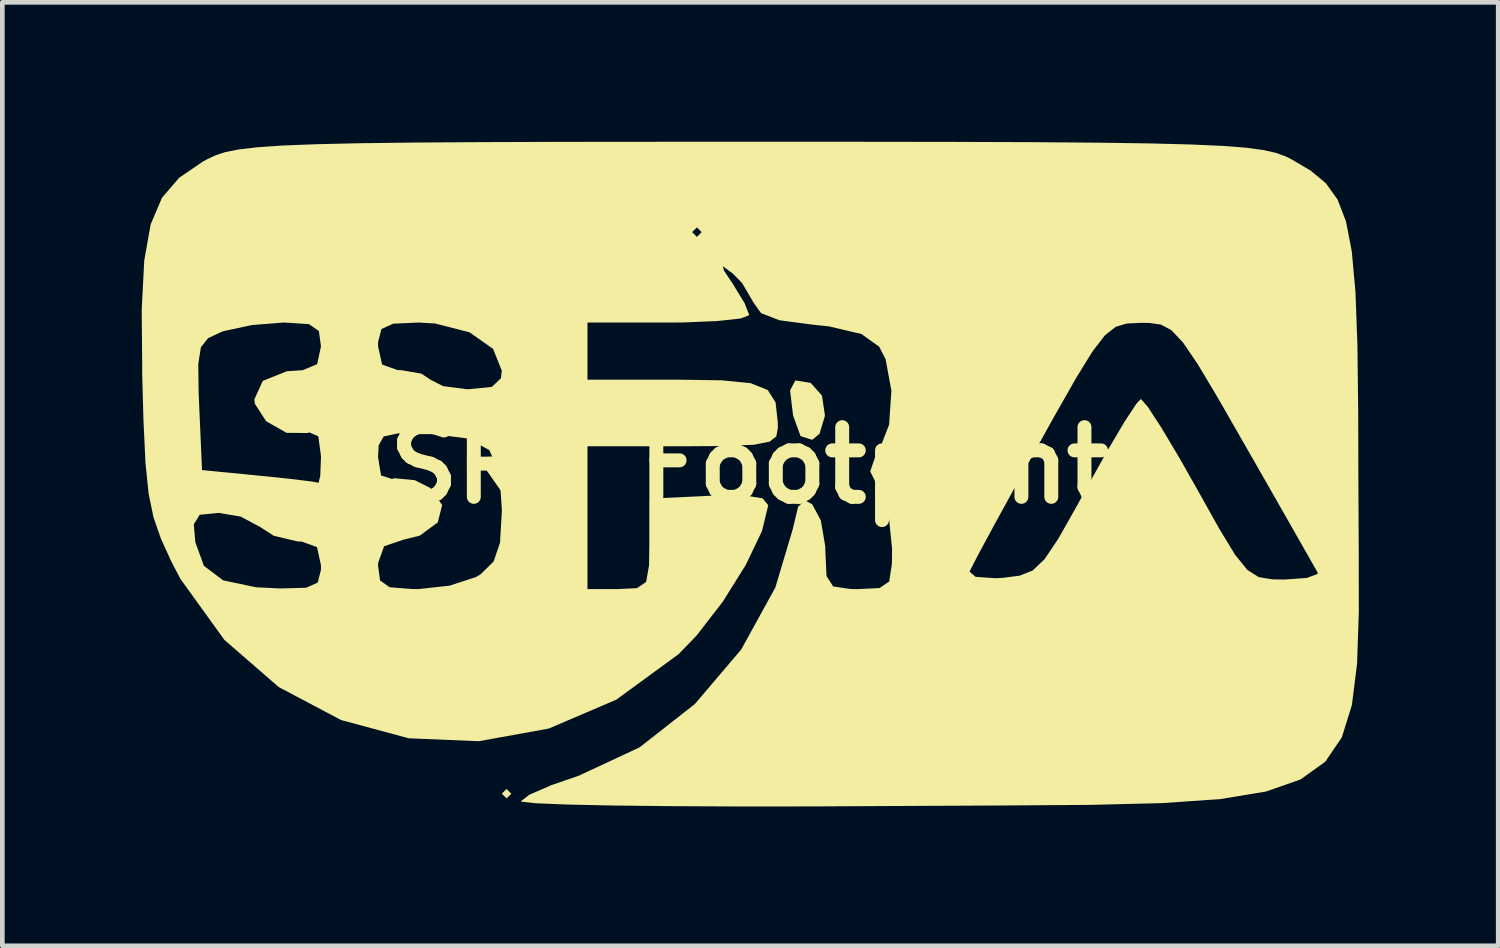
<source format=kicad_pcb>
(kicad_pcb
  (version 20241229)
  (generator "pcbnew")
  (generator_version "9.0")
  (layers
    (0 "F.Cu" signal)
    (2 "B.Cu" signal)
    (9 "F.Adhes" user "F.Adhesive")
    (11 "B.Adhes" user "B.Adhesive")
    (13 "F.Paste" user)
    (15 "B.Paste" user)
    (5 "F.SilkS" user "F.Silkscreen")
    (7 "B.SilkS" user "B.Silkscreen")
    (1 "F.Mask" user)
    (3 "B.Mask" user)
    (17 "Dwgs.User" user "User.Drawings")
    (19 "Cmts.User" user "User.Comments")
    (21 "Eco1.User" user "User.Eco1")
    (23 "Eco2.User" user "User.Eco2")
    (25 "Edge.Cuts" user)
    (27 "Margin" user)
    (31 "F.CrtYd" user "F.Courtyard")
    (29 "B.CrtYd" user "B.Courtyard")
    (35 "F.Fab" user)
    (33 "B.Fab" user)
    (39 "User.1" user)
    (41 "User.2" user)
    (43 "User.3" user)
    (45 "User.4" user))
  (footprint "SRA Footprint"
    (layer "F.Cu")
    (at 13.076 6.965)
    (property "Reference" "SRA Footprint" (at 0 0 0) (layer "F.SilkS") (effects (font (size 1.5 1.5) (thickness 0.3))))
    (attr board_only exclude_from_pos_files exclude_from_bom)
    (fp_poly (pts (xy -5.121 7.067) (xy -5.223 7.169) (xy -5.326 7.067) (xy -5.223 6.965)) (stroke (width 0) (type solid)) (fill yes) (layer "F.SilkS"))
    (fp_poly (pts (xy 1.317 -1.775) (xy 1.323 -1.773) (xy 1.565 -1.5) (xy 1.629 -1.067) (xy 1.511 -0.677) (xy 1.354 -0.549) (xy 1.104 -0.629) (xy 0.943 -1.072) (xy 0.878 -1.612) (xy 0.992 -1.827)) (stroke (width 0) (type solid)) (fill yes) (layer "F.SilkS"))
    (fp_poly (pts (xy 2.41 -6.964) (xy 4.445 -6.961) (xy 6.138 -6.955) (xy 7.525 -6.944) (xy 8.64 -6.928) (xy 9.516 -6.905) (xy 10.19 -6.875) (xy 10.693 -6.836) (xy 11.062 -6.786) (xy 11.331 -6.726) (xy 11.533 -6.654) (xy 11.663 -6.59) (xy 12.081 -6.344) (xy 12.41 -6.071) (xy 12.66 -5.723) (xy 12.843 -5.249) (xy 12.968 -4.6) (xy 13.047 -3.727) (xy 13.089 -2.579) (xy 13.106 -1.107) (xy 13.109 0.202) (xy 13.117 1.815) (xy 13.119 3.164) (xy 13.081 4.27) (xy 12.97 5.159) (xy 12.753 5.855) (xy 12.395 6.381) (xy 11.863 6.761) (xy 11.124 7.02) (xy 10.144 7.182) (xy 8.889 7.27) (xy 7.325 7.308) (xy 5.42 7.321) (xy 3.14 7.332) (xy 3.133 7.332) (xy 1.363 7.341) (xy -0.273 7.342) (xy -1.73 7.335) (xy -2.965 7.321) (xy -3.934 7.3) (xy -4.593 7.273) (xy -4.898 7.24) (xy -4.914 7.229) (xy -4.734 7.09) (xy -4.264 6.885) (xy -3.67 6.68) (xy -2.361 6.07) (xy -1.171 5.137) (xy -0.173 3.963) (xy 0.561 2.63) (xy 0.935 1.377) (xy 1.051 0.893) (xy 1.193 0.752) (xy 1.355 0.839) (xy 1.54 1.185) (xy 1.635 1.741) (xy 1.639 1.869) (xy 1.662 2.383) (xy 1.806 2.607) (xy 2.177 2.662) (xy 2.356 2.663) (xy 2.804 2.641) (xy 3.011 2.5) (xy 3.044 2.288) (xy 4.741 2.288) (xy 4.871 2.4) (xy 5.298 2.43) (xy 5.458 2.421) (xy 5.819 2.375) (xy 6.097 2.265) (xy 6.353 2.023) (xy 6.65 1.582) (xy 7.049 0.876) (xy 7.272 0.467) (xy 7.706 -0.312) (xy 8.075 -0.936) (xy 8.334 -1.329) (xy 8.428 -1.428) (xy 8.575 -1.262) (xy 8.87 -0.809) (xy 9.268 -0.142) (xy 9.638 0.512) (xy 10.116 1.366) (xy 10.456 1.925) (xy 10.719 2.25) (xy 10.965 2.406) (xy 11.256 2.454) (xy 11.515 2.458) (xy 11.998 2.424) (xy 12.229 2.339) (xy 12.231 2.304) (xy 12.104 2.081) (xy 11.812 1.568) (xy 11.394 0.834) (xy 10.887 -0.054) (xy 10.654 -0.461) (xy 10.073 -1.473) (xy 9.649 -2.182) (xy 9.335 -2.643) (xy 9.087 -2.907) (xy 8.859 -3.03) (xy 8.603 -3.065) (xy 8.421 -3.066) (xy 8.126 -3.052) (xy 7.886 -2.981) (xy 7.655 -2.799) (xy 7.386 -2.45) (xy 7.034 -1.879) (xy 6.553 -1.033) (xy 6.248 -0.484) (xy 5.73 0.449) (xy 5.285 1.26) (xy 4.951 1.879) (xy 4.765 2.236) (xy 4.741 2.288) (xy 3.044 2.288) (xy 3.07 2.124) (xy 3.073 1.787) (xy 3.006 1.134) (xy 2.842 0.599) (xy 2.786 0.501) (xy 2.603 0.131) (xy 2.716 -0.201) (xy 2.786 -0.301) (xy 3.009 -0.873) (xy 3.059 -1.604) (xy 2.934 -2.284) (xy 2.796 -2.553) (xy 2.413 -2.827) (xy 1.713 -2.991) (xy 1.368 -3.027) (xy 0.65 -3.122) (xy 0.253 -3.276) (xy 0.1 -3.489) (xy -0.155 -3.924) (xy -0.357 -4.129) (xy -0.569 -4.285) (xy -0.544 -4.19) (xy -0.349 -3.898) (xy -0.099 -3.487) (xy 0 -3.232) (xy -0.189 -3.16) (xy -0.694 -3.105) (xy -1.42 -3.075) (xy -1.741 -3.073) (xy -3.482 -3.073) (xy -3.482 -2.458) (xy -3.482 -1.844) (xy -1.558 -1.844) (xy -0.593 -1.83) (xy 0.035 -1.767) (xy 0.398 -1.62) (xy 0.566 -1.354) (xy 0.613 -0.935) (xy 0.615 -0.803) (xy 0.582 -0.623) (xy 0.437 -0.509) (xy 0.105 -0.444) (xy -0.489 -0.416) (xy -1.417 -0.41) (xy -1.434 -0.41) (xy -3.482 -0.41) (xy -3.482 1.127) (xy -3.482 2.663) (xy -2.817 2.663) (xy -2.415 2.643) (xy -2.22 2.509) (xy -2.157 2.153) (xy -2.151 1.69) (xy -2.151 0.717) (xy -0.871 0.656) (xy -0.12 0.645) (xy 0.286 0.71) (xy 0.408 0.859) (xy 0.408 0.861) (xy 0.274 1.414) (xy -0.075 2.143) (xy -0.568 2.932) (xy -1.134 3.663) (xy -1.52 4.063) (xy -2.861 5.043) (xy -4.314 5.665) (xy -5.823 5.938) (xy -7.332 5.874) (xy -8.785 5.482) (xy -10.126 4.773) (xy -11.297 3.757) (xy -12.243 2.444) (xy -12.435 2.078) (xy -12.662 1.58) (xy -12.77 1.27) (xy -11.955 1.27) (xy -11.922 1.655) (xy -11.737 2.164) (xy -11.322 2.476) (xy -10.612 2.625) (xy -10.088 2.65) (xy -9.54 2.635) (xy -9.288 2.524) (xy -9.219 2.252) (xy -9.218 2.151) (xy -9.303 1.76) (xy -9.635 1.64) (xy -9.715 1.639) (xy -10.235 1.516) (xy -10.52 1.331) (xy -10.946 1.103) (xy -11.421 1.024) (xy -11.828 1.064) (xy -11.955 1.27) (xy -12.77 1.27) (xy -12.822 1.12) (xy -12.928 0.606) (xy -12.995 -0.055) (xy -13.038 -0.958) (xy -13.065 -1.946) (xy -13.066 -2.18) (xy -11.859 -2.18) (xy -11.85 -1.545) (xy -11.839 -1.282) (xy -11.778 0.102) (xy -10.549 0.222) (xy -9.892 0.29) (xy -9.426 0.347) (xy -9.269 0.375) (xy -9.233 0.223) (xy -9.218 -0.173) (xy -7.989 -0.173) (xy -7.925 0.218) (xy -7.693 0.292) (xy -7.63 0.278) (xy -7.196 0.32) (xy -6.862 0.49) (xy -6.61 0.855) (xy -6.704 1.228) (xy -7.091 1.513) (xy -7.446 1.601) (xy -7.86 1.742) (xy -7.987 2.099) (xy -7.989 2.164) (xy -7.946 2.478) (xy -7.742 2.623) (xy -7.266 2.662) (xy -7.113 2.663) (xy -6.446 2.589) (xy -5.882 2.404) (xy -5.781 2.344) (xy -5.502 2.069) (xy -5.365 1.666) (xy -5.326 1.001) (xy -5.326 0.935) (xy -5.38 0.15) (xy -5.596 -0.328) (xy -6.05 -0.577) (xy -6.821 -0.673) (xy -6.95 -0.679) (xy -7.562 -0.687) (xy -7.869 -0.621) (xy -7.977 -0.429) (xy -7.989 -0.173) (xy -9.218 -0.173) (xy -9.218 -0.191) (xy -9.218 -0.198) (xy -9.275 -0.625) (xy -9.466 -0.709) (xy -9.509 -0.695) (xy -9.96 -0.7) (xy -10.397 -0.948) (xy -10.641 -1.325) (xy -10.652 -1.419) (xy -10.471 -1.817) (xy -9.956 -2.024) (xy -9.611 -2.048) (xy -9.3 -2.178) (xy -9.218 -2.56) (xy -7.989 -2.56) (xy -7.903 -2.17) (xy -7.571 -2.05) (xy -7.489 -2.048) (xy -7.055 -1.973) (xy -6.862 -1.844) (xy -6.59 -1.705) (xy -6.093 -1.64) (xy -6.031 -1.639) (xy -5.54 -1.688) (xy -5.345 -1.874) (xy -5.326 -2.037) (xy -5.514 -2.507) (xy -6.021 -2.863) (xy -6.761 -3.053) (xy -7.113 -3.073) (xy -7.663 -3.049) (xy -7.917 -2.933) (xy -7.987 -2.661) (xy -7.989 -2.56) (xy -9.218 -2.56) (xy -9.263 -2.892) (xy -9.478 -3.039) (xy -9.977 -3.072) (xy -10.024 -3.073) (xy -10.705 -3.019) (xy -11.307 -2.89) (xy -11.365 -2.869) (xy -11.647 -2.737) (xy -11.802 -2.542) (xy -11.859 -2.18) (xy -13.066 -2.18) (xy -13.076 -3.346) (xy -13.022 -4.405) (xy -12.913 -5.019) (xy -1.229 -5.019) (xy -1.127 -4.916) (xy -1.024 -5.019) (xy -1.127 -5.121) (xy -1.229 -5.019) (xy -12.913 -5.019) (xy -12.883 -5.187) (xy -12.639 -5.76) (xy -12.27 -6.189) (xy -11.757 -6.539) (xy -11.663 -6.59) (xy -11.489 -6.672) (xy -11.274 -6.742) (xy -10.985 -6.799) (xy -10.587 -6.846) (xy -10.046 -6.883) (xy -9.327 -6.911) (xy -8.397 -6.932) (xy -7.22 -6.947) (xy -5.763 -6.956) (xy -3.991 -6.962) (xy -1.87 -6.964) (xy 0 -6.965)) (stroke (width 0) (type solid)) (fill yes) (layer "F.SilkS")))
  (gr_rect
    (start -3 -3)
    (end 29.195 17.306)
    (stroke (width 0.1) (type default))
    (fill no)
    (layer "Edge.Cuts")))
</source>
